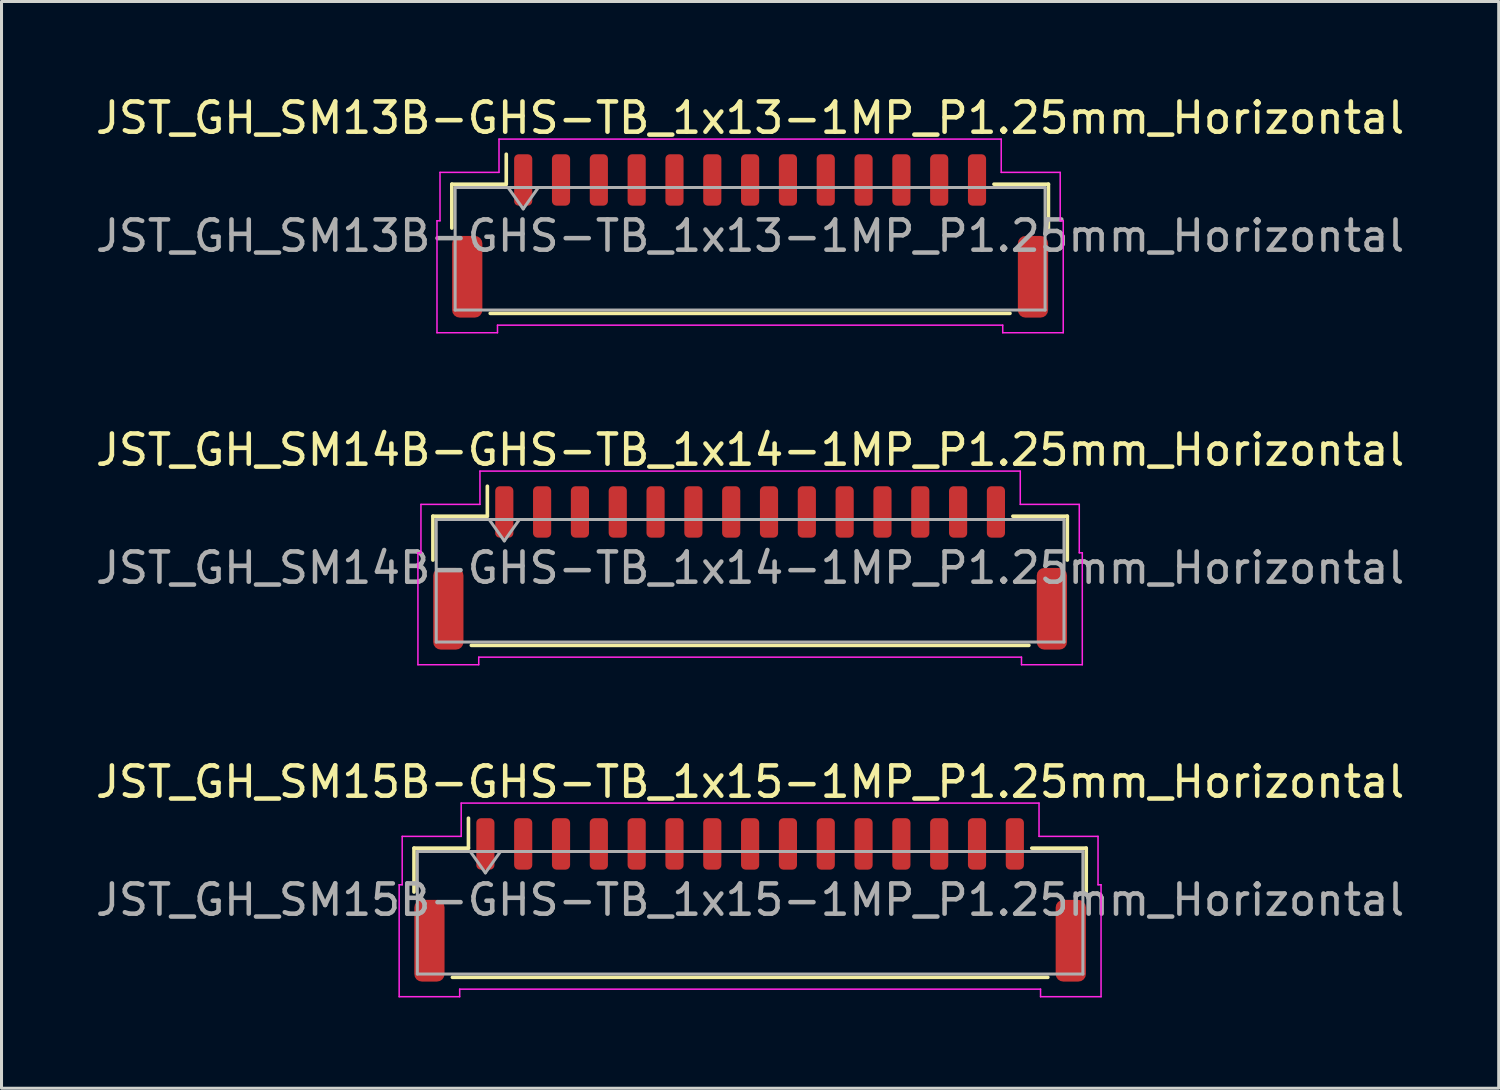
<source format=kicad_pcb>
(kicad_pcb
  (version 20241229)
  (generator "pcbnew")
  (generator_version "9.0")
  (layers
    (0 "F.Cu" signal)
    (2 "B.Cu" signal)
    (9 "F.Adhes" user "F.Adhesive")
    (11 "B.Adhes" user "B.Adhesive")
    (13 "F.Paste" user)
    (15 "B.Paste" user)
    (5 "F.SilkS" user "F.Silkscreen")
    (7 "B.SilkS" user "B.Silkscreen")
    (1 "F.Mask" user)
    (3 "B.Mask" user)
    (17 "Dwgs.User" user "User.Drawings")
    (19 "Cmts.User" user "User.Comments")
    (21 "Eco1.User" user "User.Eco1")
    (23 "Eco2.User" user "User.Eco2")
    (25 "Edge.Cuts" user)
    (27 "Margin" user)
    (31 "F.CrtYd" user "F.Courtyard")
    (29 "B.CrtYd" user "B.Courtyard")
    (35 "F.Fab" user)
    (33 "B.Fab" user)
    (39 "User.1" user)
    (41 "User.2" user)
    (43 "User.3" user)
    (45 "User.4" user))
  (footprint "JST_GH_SM13B-GHS-TB_1x13-1MP_P1.25mm_Horizontal"
    (layer "F.Cu")
    (at 21.744 4.748)
    (property "Reference" "JST_GH_SM13B-GHS-TB_1x13-1MP_P1.25mm_Horizontal" (at 0 -3.9 0) (layer "F.SilkS") (effects (font (size 1 1) (thickness 0.15))))
    (attr smd)
    (fp_line (start -9.86 -1.71) (end -8.06 -1.71) (stroke (width 0.12) (type solid)) (layer "F.SilkS"))
    (fp_line (start -9.86 -0.26) (end -9.86 -1.71) (stroke (width 0.12) (type solid)) (layer "F.SilkS"))
    (fp_line (start -8.59 2.56) (end 8.59 2.56) (stroke (width 0.12) (type solid)) (layer "F.SilkS"))
    (fp_line (start -8.06 -1.71) (end -8.06 -2.7) (stroke (width 0.12) (type solid)) (layer "F.SilkS"))
    (fp_line (start 9.86 -1.71) (end 8.06 -1.71) (stroke (width 0.12) (type solid)) (layer "F.SilkS"))
    (fp_line (start 9.86 -0.26) (end 9.86 -1.71) (stroke (width 0.12) (type solid)) (layer "F.SilkS"))
    (fp_line (start -10.35 -0.5) (end -10.25 -0.5) (stroke (width 0.05) (type solid)) (layer "F.CrtYd"))
    (fp_line (start -10.35 3.2) (end -10.35 -0.5) (stroke (width 0.05) (type solid)) (layer "F.CrtYd"))
    (fp_line (start -10.25 -2.1) (end -8.3 -2.1) (stroke (width 0.05) (type solid)) (layer "F.CrtYd"))
    (fp_line (start -10.25 -0.5) (end -10.25 -2.1) (stroke (width 0.05) (type solid)) (layer "F.CrtYd"))
    (fp_line (start -8.35 2.95) (end -8.35 3.2) (stroke (width 0.05) (type solid)) (layer "F.CrtYd"))
    (fp_line (start -8.35 3.2) (end -10.35 3.2) (stroke (width 0.05) (type solid)) (layer "F.CrtYd"))
    (fp_line (start -8.3 -3.2) (end 8.3 -3.2) (stroke (width 0.05) (type solid)) (layer "F.CrtYd"))
    (fp_line (start -8.3 -2.1) (end -8.3 -3.2) (stroke (width 0.05) (type solid)) (layer "F.CrtYd"))
    (fp_line (start 8.3 -3.2) (end 8.3 -2.1) (stroke (width 0.05) (type solid)) (layer "F.CrtYd"))
    (fp_line (start 8.3 -2.1) (end 10.25 -2.1) (stroke (width 0.05) (type solid)) (layer "F.CrtYd"))
    (fp_line (start 8.35 2.95) (end -8.35 2.95) (stroke (width 0.05) (type solid)) (layer "F.CrtYd"))
    (fp_line (start 8.35 3.2) (end 8.35 2.95) (stroke (width 0.05) (type solid)) (layer "F.CrtYd"))
    (fp_line (start 10.25 -2.1) (end 10.25 -0.5) (stroke (width 0.05) (type solid)) (layer "F.CrtYd"))
    (fp_line (start 10.25 -0.5) (end 10.35 -0.5) (stroke (width 0.05) (type solid)) (layer "F.CrtYd"))
    (fp_line (start 10.35 -0.5) (end 10.35 3.2) (stroke (width 0.05) (type solid)) (layer "F.CrtYd"))
    (fp_line (start 10.35 3.2) (end 8.35 3.2) (stroke (width 0.05) (type solid)) (layer "F.CrtYd"))
    (fp_line (start -9.75 -1.6) (end -9.75 2.45) (stroke (width 0.1) (type solid)) (layer "F.Fab"))
    (fp_line (start -9.75 -1.6) (end 9.75 -1.6) (stroke (width 0.1) (type solid)) (layer "F.Fab"))
    (fp_line (start -9.75 2.45) (end 9.75 2.45) (stroke (width 0.1) (type solid)) (layer "F.Fab"))
    (fp_line (start -8 -1.6) (end -7.5 -0.893) (stroke (width 0.1) (type solid)) (layer "F.Fab"))
    (fp_line (start -7.5 -0.893) (end -7 -1.6) (stroke (width 0.1) (type solid)) (layer "F.Fab"))
    (fp_line (start 9.75 -1.6) (end 9.75 2.45) (stroke (width 0.1) (type solid)) (layer "F.Fab"))
    (fp_text user "${REFERENCE}" (at 0 0 0) (layer "F.Fab") (effects (font (size 1 1) (thickness 0.15))))
    (pad "1" smd roundrect (at -7.5 -1.85) (size 0.6 1.7) (layers "F.Cu" "F.Mask" "F.Paste") (roundrect_rratio 0.25))
    (pad "2" smd roundrect (at -6.25 -1.85) (size 0.6 1.7) (layers "F.Cu" "F.Mask" "F.Paste") (roundrect_rratio 0.25))
    (pad "3" smd roundrect (at -5 -1.85) (size 0.6 1.7) (layers "F.Cu" "F.Mask" "F.Paste") (roundrect_rratio 0.25))
    (pad "4" smd roundrect (at -3.75 -1.85) (size 0.6 1.7) (layers "F.Cu" "F.Mask" "F.Paste") (roundrect_rratio 0.25))
    (pad "5" smd roundrect (at -2.5 -1.85) (size 0.6 1.7) (layers "F.Cu" "F.Mask" "F.Paste") (roundrect_rratio 0.25))
    (pad "6" smd roundrect (at -1.25 -1.85) (size 0.6 1.7) (layers "F.Cu" "F.Mask" "F.Paste") (roundrect_rratio 0.25))
    (pad "7" smd roundrect (at 0 -1.85) (size 0.6 1.7) (layers "F.Cu" "F.Mask" "F.Paste") (roundrect_rratio 0.25))
    (pad "8" smd roundrect (at 1.25 -1.85) (size 0.6 1.7) (layers "F.Cu" "F.Mask" "F.Paste") (roundrect_rratio 0.25))
    (pad "9" smd roundrect (at 2.5 -1.85) (size 0.6 1.7) (layers "F.Cu" "F.Mask" "F.Paste") (roundrect_rratio 0.25))
    (pad "10" smd roundrect (at 3.75 -1.85) (size 0.6 1.7) (layers "F.Cu" "F.Mask" "F.Paste") (roundrect_rratio 0.25))
    (pad "11" smd roundrect (at 5 -1.85) (size 0.6 1.7) (layers "F.Cu" "F.Mask" "F.Paste") (roundrect_rratio 0.25))
    (pad "12" smd roundrect (at 6.25 -1.85) (size 0.6 1.7) (layers "F.Cu" "F.Mask" "F.Paste") (roundrect_rratio 0.25))
    (pad "13" smd roundrect (at 7.5 -1.85) (size 0.6 1.7) (layers "F.Cu" "F.Mask" "F.Paste") (roundrect_rratio 0.25))
    (pad "MP" smd roundrect (at -9.35 1.35) (size 1 2.7) (layers "F.Cu" "F.Mask" "F.Paste") (roundrect_rratio 0.25))
    (pad "MP" smd roundrect (at 9.35 1.35) (size 1 2.7) (layers "F.Cu" "F.Mask" "F.Paste") (roundrect_rratio 0.25)))
  (footprint "JST_GH_SM15B-GHS-TB_1x15-1MP_P1.25mm_Horizontal"
    (layer "F.Cu")
    (at 21.744 26.695)
    (property "Reference" "JST_GH_SM15B-GHS-TB_1x15-1MP_P1.25mm_Horizontal" (at 0 -3.9 0) (layer "F.SilkS") (effects (font (size 1 1) (thickness 0.15))))
    (attr smd)
    (fp_line (start -11.11 -1.71) (end -9.31 -1.71) (stroke (width 0.12) (type solid)) (layer "F.SilkS"))
    (fp_line (start -11.11 -0.26) (end -11.11 -1.71) (stroke (width 0.12) (type solid)) (layer "F.SilkS"))
    (fp_line (start -9.84 2.56) (end 9.84 2.56) (stroke (width 0.12) (type solid)) (layer "F.SilkS"))
    (fp_line (start -9.31 -1.71) (end -9.31 -2.7) (stroke (width 0.12) (type solid)) (layer "F.SilkS"))
    (fp_line (start 11.11 -1.71) (end 9.31 -1.71) (stroke (width 0.12) (type solid)) (layer "F.SilkS"))
    (fp_line (start 11.11 -0.26) (end 11.11 -1.71) (stroke (width 0.12) (type solid)) (layer "F.SilkS"))
    (fp_line (start -11.6 -0.5) (end -11.5 -0.5) (stroke (width 0.05) (type solid)) (layer "F.CrtYd"))
    (fp_line (start -11.6 3.2) (end -11.6 -0.5) (stroke (width 0.05) (type solid)) (layer "F.CrtYd"))
    (fp_line (start -11.5 -2.1) (end -9.55 -2.1) (stroke (width 0.05) (type solid)) (layer "F.CrtYd"))
    (fp_line (start -11.5 -0.5) (end -11.5 -2.1) (stroke (width 0.05) (type solid)) (layer "F.CrtYd"))
    (fp_line (start -9.6 2.95) (end -9.6 3.2) (stroke (width 0.05) (type solid)) (layer "F.CrtYd"))
    (fp_line (start -9.6 3.2) (end -11.6 3.2) (stroke (width 0.05) (type solid)) (layer "F.CrtYd"))
    (fp_line (start -9.55 -3.2) (end 9.55 -3.2) (stroke (width 0.05) (type solid)) (layer "F.CrtYd"))
    (fp_line (start -9.55 -2.1) (end -9.55 -3.2) (stroke (width 0.05) (type solid)) (layer "F.CrtYd"))
    (fp_line (start 9.55 -3.2) (end 9.55 -2.1) (stroke (width 0.05) (type solid)) (layer "F.CrtYd"))
    (fp_line (start 9.55 -2.1) (end 11.5 -2.1) (stroke (width 0.05) (type solid)) (layer "F.CrtYd"))
    (fp_line (start 9.6 2.95) (end -9.6 2.95) (stroke (width 0.05) (type solid)) (layer "F.CrtYd"))
    (fp_line (start 9.6 3.2) (end 9.6 2.95) (stroke (width 0.05) (type solid)) (layer "F.CrtYd"))
    (fp_line (start 11.5 -2.1) (end 11.5 -0.5) (stroke (width 0.05) (type solid)) (layer "F.CrtYd"))
    (fp_line (start 11.5 -0.5) (end 11.6 -0.5) (stroke (width 0.05) (type solid)) (layer "F.CrtYd"))
    (fp_line (start 11.6 -0.5) (end 11.6 3.2) (stroke (width 0.05) (type solid)) (layer "F.CrtYd"))
    (fp_line (start 11.6 3.2) (end 9.6 3.2) (stroke (width 0.05) (type solid)) (layer "F.CrtYd"))
    (fp_line (start -11 -1.6) (end -11 2.45) (stroke (width 0.1) (type solid)) (layer "F.Fab"))
    (fp_line (start -11 -1.6) (end 11 -1.6) (stroke (width 0.1) (type solid)) (layer "F.Fab"))
    (fp_line (start -11 2.45) (end 11 2.45) (stroke (width 0.1) (type solid)) (layer "F.Fab"))
    (fp_line (start -9.25 -1.6) (end -8.75 -0.893) (stroke (width 0.1) (type solid)) (layer "F.Fab"))
    (fp_line (start -8.75 -0.893) (end -8.25 -1.6) (stroke (width 0.1) (type solid)) (layer "F.Fab"))
    (fp_line (start 11 -1.6) (end 11 2.45) (stroke (width 0.1) (type solid)) (layer "F.Fab"))
    (fp_text user "${REFERENCE}" (at 0 0 0) (layer "F.Fab") (effects (font (size 1 1) (thickness 0.15))))
    (pad "1" smd roundrect (at -8.75 -1.85) (size 0.6 1.7) (layers "F.Cu" "F.Mask" "F.Paste") (roundrect_rratio 0.25))
    (pad "2" smd roundrect (at -7.5 -1.85) (size 0.6 1.7) (layers "F.Cu" "F.Mask" "F.Paste") (roundrect_rratio 0.25))
    (pad "3" smd roundrect (at -6.25 -1.85) (size 0.6 1.7) (layers "F.Cu" "F.Mask" "F.Paste") (roundrect_rratio 0.25))
    (pad "4" smd roundrect (at -5 -1.85) (size 0.6 1.7) (layers "F.Cu" "F.Mask" "F.Paste") (roundrect_rratio 0.25))
    (pad "5" smd roundrect (at -3.75 -1.85) (size 0.6 1.7) (layers "F.Cu" "F.Mask" "F.Paste") (roundrect_rratio 0.25))
    (pad "6" smd roundrect (at -2.5 -1.85) (size 0.6 1.7) (layers "F.Cu" "F.Mask" "F.Paste") (roundrect_rratio 0.25))
    (pad "7" smd roundrect (at -1.25 -1.85) (size 0.6 1.7) (layers "F.Cu" "F.Mask" "F.Paste") (roundrect_rratio 0.25))
    (pad "8" smd roundrect (at 0 -1.85) (size 0.6 1.7) (layers "F.Cu" "F.Mask" "F.Paste") (roundrect_rratio 0.25))
    (pad "9" smd roundrect (at 1.25 -1.85) (size 0.6 1.7) (layers "F.Cu" "F.Mask" "F.Paste") (roundrect_rratio 0.25))
    (pad "10" smd roundrect (at 2.5 -1.85) (size 0.6 1.7) (layers "F.Cu" "F.Mask" "F.Paste") (roundrect_rratio 0.25))
    (pad "11" smd roundrect (at 3.75 -1.85) (size 0.6 1.7) (layers "F.Cu" "F.Mask" "F.Paste") (roundrect_rratio 0.25))
    (pad "12" smd roundrect (at 5 -1.85) (size 0.6 1.7) (layers "F.Cu" "F.Mask" "F.Paste") (roundrect_rratio 0.25))
    (pad "13" smd roundrect (at 6.25 -1.85) (size 0.6 1.7) (layers "F.Cu" "F.Mask" "F.Paste") (roundrect_rratio 0.25))
    (pad "14" smd roundrect (at 7.5 -1.85) (size 0.6 1.7) (layers "F.Cu" "F.Mask" "F.Paste") (roundrect_rratio 0.25))
    (pad "15" smd roundrect (at 8.75 -1.85) (size 0.6 1.7) (layers "F.Cu" "F.Mask" "F.Paste") (roundrect_rratio 0.25))
    (pad "MP" smd roundrect (at -10.6 1.35) (size 1 2.7) (layers "F.Cu" "F.Mask" "F.Paste") (roundrect_rratio 0.25))
    (pad "MP" smd roundrect (at 10.6 1.35) (size 1 2.7) (layers "F.Cu" "F.Mask" "F.Paste") (roundrect_rratio 0.25)))
  (footprint "JST_GH_SM14B-GHS-TB_1x14-1MP_P1.25mm_Horizontal"
    (layer "F.Cu")
    (at 21.744 15.722)
    (property "Reference" "JST_GH_SM14B-GHS-TB_1x14-1MP_P1.25mm_Horizontal" (at 0 -3.9 0) (layer "F.SilkS") (effects (font (size 1 1) (thickness 0.15))))
    (attr smd)
    (fp_line (start -10.485 -1.71) (end -8.685 -1.71) (stroke (width 0.12) (type solid)) (layer "F.SilkS"))
    (fp_line (start -10.485 -0.26) (end -10.485 -1.71) (stroke (width 0.12) (type solid)) (layer "F.SilkS"))
    (fp_line (start -9.215 2.56) (end 9.215 2.56) (stroke (width 0.12) (type solid)) (layer "F.SilkS"))
    (fp_line (start -8.685 -1.71) (end -8.685 -2.7) (stroke (width 0.12) (type solid)) (layer "F.SilkS"))
    (fp_line (start 10.485 -1.71) (end 8.685 -1.71) (stroke (width 0.12) (type solid)) (layer "F.SilkS"))
    (fp_line (start 10.485 -0.26) (end 10.485 -1.71) (stroke (width 0.12) (type solid)) (layer "F.SilkS"))
    (fp_line (start -10.98 -0.5) (end -10.88 -0.5) (stroke (width 0.05) (type solid)) (layer "F.CrtYd"))
    (fp_line (start -10.98 3.2) (end -10.98 -0.5) (stroke (width 0.05) (type solid)) (layer "F.CrtYd"))
    (fp_line (start -10.88 -2.1) (end -8.93 -2.1) (stroke (width 0.05) (type solid)) (layer "F.CrtYd"))
    (fp_line (start -10.88 -0.5) (end -10.88 -2.1) (stroke (width 0.05) (type solid)) (layer "F.CrtYd"))
    (fp_line (start -8.97 2.95) (end -8.97 3.2) (stroke (width 0.05) (type solid)) (layer "F.CrtYd"))
    (fp_line (start -8.97 3.2) (end -10.98 3.2) (stroke (width 0.05) (type solid)) (layer "F.CrtYd"))
    (fp_line (start -8.93 -3.2) (end 8.93 -3.2) (stroke (width 0.05) (type solid)) (layer "F.CrtYd"))
    (fp_line (start -8.93 -2.1) (end -8.93 -3.2) (stroke (width 0.05) (type solid)) (layer "F.CrtYd"))
    (fp_line (start 8.93 -3.2) (end 8.93 -2.1) (stroke (width 0.05) (type solid)) (layer "F.CrtYd"))
    (fp_line (start 8.93 -2.1) (end 10.88 -2.1) (stroke (width 0.05) (type solid)) (layer "F.CrtYd"))
    (fp_line (start 8.97 2.95) (end -8.97 2.95) (stroke (width 0.05) (type solid)) (layer "F.CrtYd"))
    (fp_line (start 8.97 3.2) (end 8.97 2.95) (stroke (width 0.05) (type solid)) (layer "F.CrtYd"))
    (fp_line (start 10.88 -2.1) (end 10.88 -0.5) (stroke (width 0.05) (type solid)) (layer "F.CrtYd"))
    (fp_line (start 10.88 -0.5) (end 10.98 -0.5) (stroke (width 0.05) (type solid)) (layer "F.CrtYd"))
    (fp_line (start 10.98 -0.5) (end 10.98 3.2) (stroke (width 0.05) (type solid)) (layer "F.CrtYd"))
    (fp_line (start 10.98 3.2) (end 8.97 3.2) (stroke (width 0.05) (type solid)) (layer "F.CrtYd"))
    (fp_line (start -10.375 -1.6) (end -10.375 2.45) (stroke (width 0.1) (type solid)) (layer "F.Fab"))
    (fp_line (start -10.375 -1.6) (end 10.375 -1.6) (stroke (width 0.1) (type solid)) (layer "F.Fab"))
    (fp_line (start -10.375 2.45) (end 10.375 2.45) (stroke (width 0.1) (type solid)) (layer "F.Fab"))
    (fp_line (start -8.625 -1.6) (end -8.125 -0.893) (stroke (width 0.1) (type solid)) (layer "F.Fab"))
    (fp_line (start -8.125 -0.893) (end -7.625 -1.6) (stroke (width 0.1) (type solid)) (layer "F.Fab"))
    (fp_line (start 10.375 -1.6) (end 10.375 2.45) (stroke (width 0.1) (type solid)) (layer "F.Fab"))
    (fp_text user "${REFERENCE}" (at 0 0 0) (layer "F.Fab") (effects (font (size 1 1) (thickness 0.15))))
    (pad "1" smd roundrect (at -8.125 -1.85) (size 0.6 1.7) (layers "F.Cu" "F.Mask" "F.Paste") (roundrect_rratio 0.25))
    (pad "2" smd roundrect (at -6.875 -1.85) (size 0.6 1.7) (layers "F.Cu" "F.Mask" "F.Paste") (roundrect_rratio 0.25))
    (pad "3" smd roundrect (at -5.625 -1.85) (size 0.6 1.7) (layers "F.Cu" "F.Mask" "F.Paste") (roundrect_rratio 0.25))
    (pad "4" smd roundrect (at -4.375 -1.85) (size 0.6 1.7) (layers "F.Cu" "F.Mask" "F.Paste") (roundrect_rratio 0.25))
    (pad "5" smd roundrect (at -3.125 -1.85) (size 0.6 1.7) (layers "F.Cu" "F.Mask" "F.Paste") (roundrect_rratio 0.25))
    (pad "6" smd roundrect (at -1.875 -1.85) (size 0.6 1.7) (layers "F.Cu" "F.Mask" "F.Paste") (roundrect_rratio 0.25))
    (pad "7" smd roundrect (at -0.625 -1.85) (size 0.6 1.7) (layers "F.Cu" "F.Mask" "F.Paste") (roundrect_rratio 0.25))
    (pad "8" smd roundrect (at 0.625 -1.85) (size 0.6 1.7) (layers "F.Cu" "F.Mask" "F.Paste") (roundrect_rratio 0.25))
    (pad "9" smd roundrect (at 1.875 -1.85) (size 0.6 1.7) (layers "F.Cu" "F.Mask" "F.Paste") (roundrect_rratio 0.25))
    (pad "10" smd roundrect (at 3.125 -1.85) (size 0.6 1.7) (layers "F.Cu" "F.Mask" "F.Paste") (roundrect_rratio 0.25))
    (pad "11" smd roundrect (at 4.375 -1.85) (size 0.6 1.7) (layers "F.Cu" "F.Mask" "F.Paste") (roundrect_rratio 0.25))
    (pad "12" smd roundrect (at 5.625 -1.85) (size 0.6 1.7) (layers "F.Cu" "F.Mask" "F.Paste") (roundrect_rratio 0.25))
    (pad "13" smd roundrect (at 6.875 -1.85) (size 0.6 1.7) (layers "F.Cu" "F.Mask" "F.Paste") (roundrect_rratio 0.25))
    (pad "14" smd roundrect (at 8.125 -1.85) (size 0.6 1.7) (layers "F.Cu" "F.Mask" "F.Paste") (roundrect_rratio 0.25))
    (pad "MP" smd roundrect (at -9.975 1.35) (size 1 2.7) (layers "F.Cu" "F.Mask" "F.Paste") (roundrect_rratio 0.25))
    (pad "MP" smd roundrect (at 9.975 1.35) (size 1 2.7) (layers "F.Cu" "F.Mask" "F.Paste") (roundrect_rratio 0.25)))
  (gr_rect
    (start -3 -3)
    (end 46.488 32.92)
    (stroke (width 0.1) (type default))
    (fill no)
    (layer "Edge.Cuts")))
</source>
